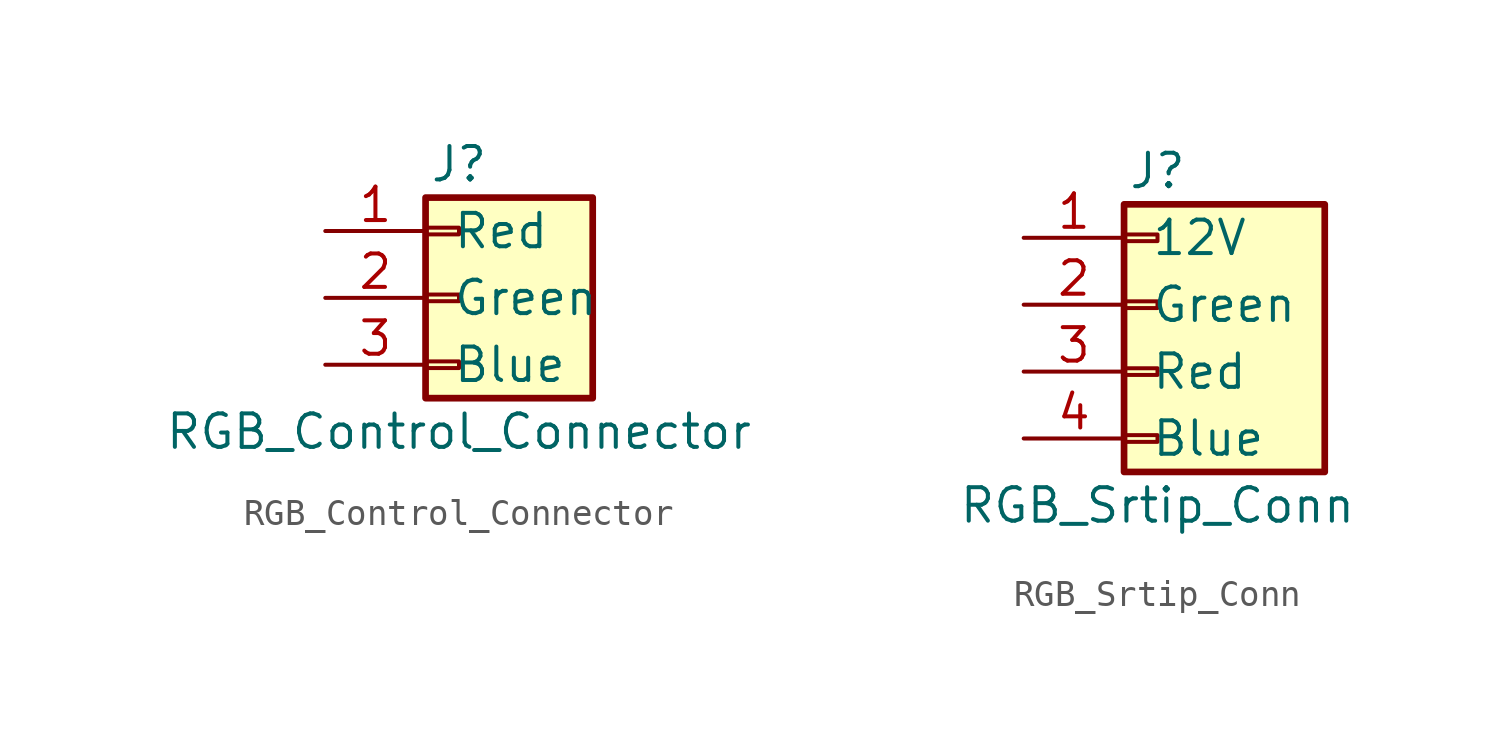
<source format=kicad_sym>
(kicad_symbol_lib
  (version 20211014)
  (generator kicad_symbol_editor)
  (symbol "RGB_Control_Connector"
    (pin_names
      (offset 1.016))
    (property "Reference" "J"
      (at 0 5.08 0)
      (effects (font (size 1.27 1.27))))
    (property "Value" "RGB_Control_Connector"
      (at 0 -5.08 0)
      (effects (font (size 1.27 1.27))))
    (symbol "RGB_Control_Connector_1_1"
      (rectangle (start -1.27 -2.413) (end 0 -2.667) (stroke (width 0.152) (type default) (color 0 0 0 0)) (fill (type none)))
      (rectangle (start -1.27 0.127) (end 0 -0.127) (stroke (width 0.152) (type default) (color 0 0 0 0)) (fill (type none)))
      (rectangle (start -1.27 2.667) (end 0 2.413) (stroke (width 0.152) (type default) (color 0 0 0 0)) (fill (type none)))
      (rectangle (start -1.27 3.81) (end 5.08 -3.81) (stroke (width 0.254) (type default) (color 0 0 0 0)) (fill (type background)))
      (pin passive line (at -5.08 2.54 0) (length 3.81) (name "Red" (effects (font (size 1.27 1.27)))) (number "1" (effects (font (size 1.27 1.27)))) (alternate "Red Pin" passive line))
      (pin passive line (at -5.08 0 0) (length 3.81) (name "Green" (effects (font (size 1.27 1.27)))) (number "2" (effects (font (size 1.27 1.27)))) (alternate "Green Pin" passive line))
      (pin passive line (at -5.08 -2.54 0) (length 3.81) (name "Blue" (effects (font (size 1.27 1.27)))) (number "3" (effects (font (size 1.27 1.27)))) (alternate "Blue Pin" passive line))))
  (symbol "RGB_Srtip_Conn"
    (pin_names
      (offset 1.016))
    (property "Reference" "J"
      (at 0 5.08 0)
      (effects (font (size 1.27 1.27))))
    (property "Value" "RGB_Srtip_Conn"
      (at 0 -7.62 0)
      (effects (font (size 1.27 1.27))))
    (symbol "RGB_Srtip_Conn_1_1"
      (rectangle (start -1.27 -4.953) (end 0 -5.207) (stroke (width 0.152) (type default) (color 0 0 0 0)) (fill (type none)))
      (rectangle (start -1.27 -2.413) (end 0 -2.667) (stroke (width 0.152) (type default) (color 0 0 0 0)) (fill (type none)))
      (rectangle (start -1.27 0.127) (end 0 -0.127) (stroke (width 0.152) (type default) (color 0 0 0 0)) (fill (type none)))
      (rectangle (start -1.27 2.667) (end 0 2.413) (stroke (width 0.152) (type default) (color 0 0 0 0)) (fill (type none)))
      (rectangle (start -1.27 3.81) (end 6.35 -6.35) (stroke (width 0.254) (type default) (color 0 0 0 0)) (fill (type background)))
      (pin passive line (at -5.08 2.54 0) (length 3.81) (name "12V" (effects (font (size 1.27 1.27)))) (number "1" (effects (font (size 1.27 1.27)))) (alternate "Pin 12V" passive line))
      (pin passive line (at -5.08 0 0) (length 3.81) (name "Green" (effects (font (size 1.27 1.27)))) (number "2" (effects (font (size 1.27 1.27)))) (alternate "Pin Green" passive line))
      (pin passive line (at -5.08 -2.54 0) (length 3.81) (name "Red" (effects (font (size 1.27 1.27)))) (number "3" (effects (font (size 1.27 1.27)))) (alternate "Pin Red" passive line))
      (pin passive line (at -5.08 -5.08 0) (length 3.81) (name "Blue" (effects (font (size 1.27 1.27)))) (number "4" (effects (font (size 1.27 1.27)))) (alternate "Pin Blue" passive line)))))
</source>
